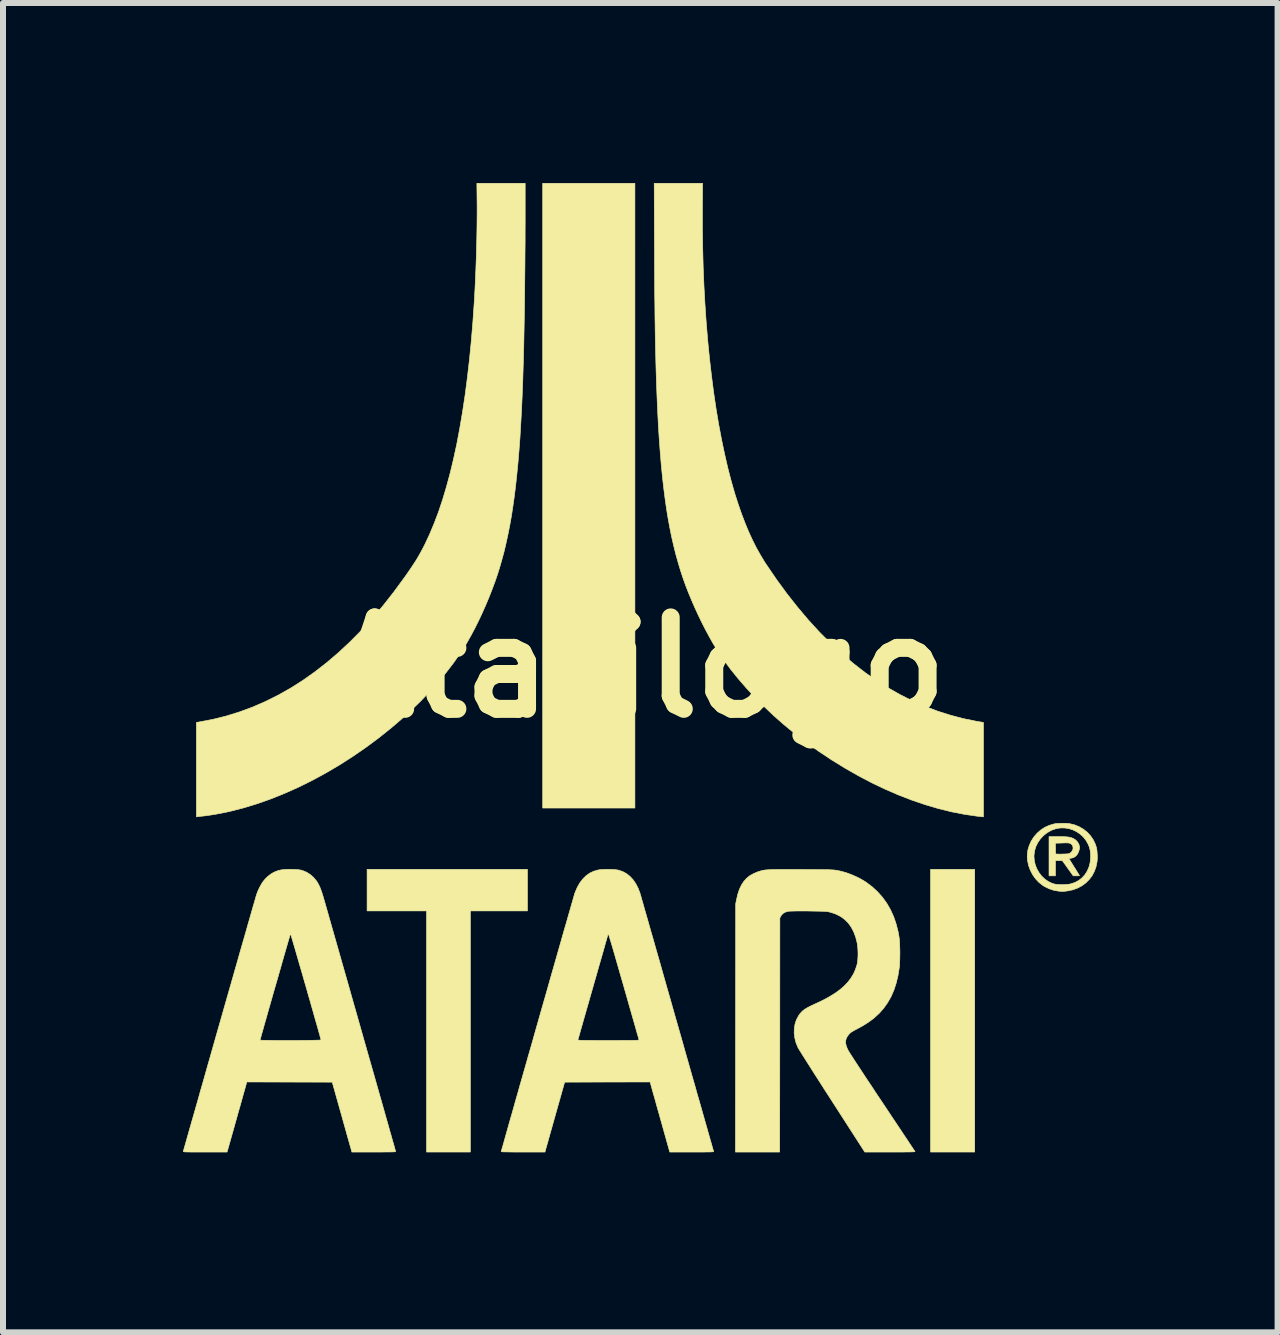
<source format=kicad_pcb>
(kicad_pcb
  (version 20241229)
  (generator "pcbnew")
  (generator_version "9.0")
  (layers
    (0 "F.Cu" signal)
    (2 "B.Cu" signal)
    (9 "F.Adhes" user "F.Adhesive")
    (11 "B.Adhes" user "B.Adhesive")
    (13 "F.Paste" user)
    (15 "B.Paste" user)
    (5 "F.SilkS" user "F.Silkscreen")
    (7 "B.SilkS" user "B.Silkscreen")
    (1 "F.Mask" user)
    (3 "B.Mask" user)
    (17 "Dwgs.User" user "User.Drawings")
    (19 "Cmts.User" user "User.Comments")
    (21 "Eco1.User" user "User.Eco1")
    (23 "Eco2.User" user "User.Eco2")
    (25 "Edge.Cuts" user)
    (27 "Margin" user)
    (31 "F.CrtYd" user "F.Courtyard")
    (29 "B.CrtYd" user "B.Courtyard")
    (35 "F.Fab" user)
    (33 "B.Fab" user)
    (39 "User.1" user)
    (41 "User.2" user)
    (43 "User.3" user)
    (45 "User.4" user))
  (footprint "Atarilogo"
    (layer "F.Cu")
    (at 7.622 8.076)
    (property "Reference" "Atarilogo" (at 0 0 0) (layer "F.SilkS") (effects (font (size 1.524 1.524) (thickness 0.3))))
    (attr through_hole)
    (fp_poly (pts (xy -0.089 2.343) (xy -1.626 2.343) (xy -1.626 -8.071) (xy -0.089 -8.071) (xy -0.089 2.343)) (stroke (width 0.01) (type solid)) (fill yes) (layer "F.SilkS"))
    (fp_poly (pts (xy 5.575 8.077) (xy 4.839 8.077) (xy 4.839 3.365) (xy 5.575 3.365) (xy 5.575 8.077)) (stroke (width 0.01) (type solid)) (fill yes) (layer "F.SilkS"))
    (fp_poly (pts (xy -1.88 4.058) (xy -2.832 4.058) (xy -2.832 8.077) (xy -3.562 8.077) (xy -3.562 4.058) (xy -4.553 4.058) (xy -4.553 3.365) (xy -1.88 3.365) (xy -1.88 4.058)) (stroke (width 0.01) (type solid)) (fill yes) (layer "F.SilkS"))
    (fp_poly (pts (xy 6.964 2.819) (xy 7.023 2.82) (xy 7.071 2.821) (xy 7.109 2.823) (xy 7.141 2.827) (xy 7.167 2.832) (xy 7.191 2.839) (xy 7.212 2.848) (xy 7.225 2.854) (xy 7.261 2.878) (xy 7.29 2.91) (xy 7.311 2.946) (xy 7.322 2.985) (xy 7.323 3.004) (xy 7.318 3.037) (xy 7.306 3.074) (xy 7.289 3.109) (xy 7.273 3.131) (xy 7.245 3.156) (xy 7.212 3.172) (xy 7.177 3.18) (xy 7.145 3.185) (xy 7.233 3.326) (xy 7.257 3.364) (xy 7.278 3.398) (xy 7.296 3.427) (xy 7.31 3.45) (xy 7.319 3.465) (xy 7.322 3.47) (xy 7.316 3.472) (xy 7.3 3.473) (xy 7.278 3.473) (xy 7.269 3.473) (xy 7.217 3.473) (xy 7.035 3.219) (xy 6.921 3.219) (xy 6.921 3.473) (xy 6.814 3.473) (xy 6.814 2.929) (xy 6.921 2.929) (xy 6.921 3.016) (xy 6.922 3.048) (xy 6.923 3.076) (xy 6.924 3.096) (xy 6.926 3.107) (xy 6.926 3.108) (xy 6.934 3.109) (xy 6.952 3.11) (xy 6.978 3.111) (xy 7.011 3.111) (xy 7.036 3.11) (xy 7.076 3.109) (xy 7.105 3.108) (xy 7.127 3.106) (xy 7.142 3.104) (xy 7.153 3.1) (xy 7.162 3.096) (xy 7.188 3.074) (xy 7.206 3.049) (xy 7.214 3.02) (xy 7.213 2.992) (xy 7.204 2.966) (xy 7.185 2.944) (xy 7.168 2.934) (xy 7.157 2.929) (xy 7.145 2.926) (xy 7.13 2.925) (xy 7.11 2.924) (xy 7.083 2.924) (xy 7.046 2.925) (xy 7.031 2.926) (xy 6.921 2.929) (xy 6.814 2.929) (xy 6.814 2.819) (xy 6.964 2.819)) (stroke (width 0.01) (type solid)) (fill yes) (layer "F.SilkS"))
    (fp_poly (pts (xy 7.099 2.598) (xy 7.136 2.601) (xy 7.16 2.604) (xy 7.243 2.624) (xy 7.319 2.656) (xy 7.389 2.697) (xy 7.452 2.747) (xy 7.506 2.806) (xy 7.551 2.872) (xy 7.586 2.945) (xy 7.604 3) (xy 7.611 3.034) (xy 7.615 3.077) (xy 7.618 3.124) (xy 7.619 3.172) (xy 7.617 3.218) (xy 7.614 3.242) (xy 7.597 3.324) (xy 7.569 3.401) (xy 7.531 3.472) (xy 7.483 3.535) (xy 7.427 3.591) (xy 7.362 3.639) (xy 7.29 3.677) (xy 7.211 3.706) (xy 7.126 3.724) (xy 7.102 3.727) (xy 7.069 3.731) (xy 7.044 3.732) (xy 7.02 3.732) (xy 6.995 3.73) (xy 6.965 3.727) (xy 6.89 3.713) (xy 6.815 3.688) (xy 6.744 3.654) (xy 6.707 3.631) (xy 6.644 3.581) (xy 6.588 3.521) (xy 6.54 3.453) (xy 6.502 3.379) (xy 6.473 3.301) (xy 6.456 3.219) (xy 6.453 3.195) (xy 6.452 3.15) (xy 6.563 3.15) (xy 6.569 3.223) (xy 6.586 3.294) (xy 6.613 3.361) (xy 6.649 3.423) (xy 6.693 3.479) (xy 6.745 3.528) (xy 6.802 3.568) (xy 6.865 3.598) (xy 6.902 3.609) (xy 6.932 3.615) (xy 6.97 3.618) (xy 7.014 3.62) (xy 7.06 3.619) (xy 7.104 3.617) (xy 7.144 3.613) (xy 7.176 3.607) (xy 7.177 3.607) (xy 7.248 3.583) (xy 7.311 3.549) (xy 7.366 3.505) (xy 7.413 3.453) (xy 7.451 3.393) (xy 7.48 3.326) (xy 7.499 3.252) (xy 7.507 3.173) (xy 7.507 3.15) (xy 7.505 3.091) (xy 7.498 3.039) (xy 7.485 2.991) (xy 7.465 2.944) (xy 7.429 2.88) (xy 7.384 2.824) (xy 7.331 2.776) (xy 7.272 2.736) (xy 7.209 2.706) (xy 7.142 2.685) (xy 7.073 2.675) (xy 7.003 2.675) (xy 6.933 2.686) (xy 6.866 2.709) (xy 6.851 2.715) (xy 6.783 2.754) (xy 6.722 2.802) (xy 6.67 2.857) (xy 6.628 2.918) (xy 6.595 2.984) (xy 6.574 3.054) (xy 6.564 3.127) (xy 6.563 3.15) (xy 6.452 3.15) (xy 6.452 3.117) (xy 6.462 3.04) (xy 6.485 2.965) (xy 6.518 2.892) (xy 6.562 2.824) (xy 6.616 2.762) (xy 6.616 2.762) (xy 6.679 2.707) (xy 6.745 2.664) (xy 6.818 2.631) (xy 6.898 2.608) (xy 6.904 2.606) (xy 6.933 2.602) (xy 6.97 2.599) (xy 7.012 2.598) (xy 7.057 2.597) (xy 7.099 2.598)) (stroke (width 0.01) (type solid)) (fill yes) (layer "F.SilkS"))
    (fp_poly (pts (xy 1.036 -7.647) (xy 1.036 -7.321) (xy 1.041 -6.998) (xy 1.049 -6.679) (xy 1.062 -6.363) (xy 1.079 -6.053) (xy 1.1 -5.747) (xy 1.125 -5.448) (xy 1.154 -5.154) (xy 1.187 -4.868) (xy 1.223 -4.589) (xy 1.263 -4.318) (xy 1.307 -4.055) (xy 1.355 -3.801) (xy 1.406 -3.558) (xy 1.46 -3.324) (xy 1.518 -3.101) (xy 1.579 -2.889) (xy 1.632 -2.724) (xy 1.689 -2.56) (xy 1.747 -2.408) (xy 1.806 -2.265) (xy 1.868 -2.13) (xy 1.932 -2.002) (xy 2.001 -1.879) (xy 2.073 -1.759) (xy 2.107 -1.708) (xy 2.275 -1.462) (xy 2.447 -1.227) (xy 2.623 -1.004) (xy 2.802 -0.792) (xy 2.985 -0.592) (xy 3.172 -0.405) (xy 3.362 -0.229) (xy 3.555 -0.065) (xy 3.751 0.087) (xy 3.931 0.213) (xy 4.127 0.337) (xy 4.328 0.451) (xy 4.533 0.554) (xy 4.743 0.646) (xy 4.954 0.727) (xy 5.169 0.795) (xy 5.384 0.852) (xy 5.6 0.896) (xy 5.672 0.908) (xy 5.721 0.916) (xy 5.721 2.489) (xy 5.707 2.489) (xy 5.695 2.488) (xy 5.674 2.485) (xy 5.646 2.482) (xy 5.617 2.479) (xy 5.404 2.448) (xy 5.189 2.406) (xy 4.97 2.352) (xy 4.749 2.287) (xy 4.527 2.211) (xy 4.304 2.125) (xy 4.08 2.028) (xy 3.856 1.921) (xy 3.634 1.804) (xy 3.413 1.678) (xy 3.194 1.543) (xy 2.977 1.399) (xy 2.764 1.246) (xy 2.565 1.093) (xy 2.394 0.952) (xy 2.228 0.806) (xy 2.069 0.655) (xy 1.916 0.502) (xy 1.771 0.346) (xy 1.635 0.189) (xy 1.508 0.032) (xy 1.392 -0.125) (xy 1.288 -0.28) (xy 1.268 -0.312) (xy 1.21 -0.407) (xy 1.151 -0.512) (xy 1.09 -0.625) (xy 1.029 -0.744) (xy 0.97 -0.867) (xy 0.912 -0.992) (xy 0.858 -1.116) (xy 0.81 -1.231) (xy 0.761 -1.356) (xy 0.715 -1.484) (xy 0.672 -1.614) (xy 0.632 -1.748) (xy 0.593 -1.886) (xy 0.558 -2.028) (xy 0.524 -2.174) (xy 0.493 -2.327) (xy 0.464 -2.485) (xy 0.437 -2.65) (xy 0.413 -2.821) (xy 0.39 -3) (xy 0.369 -3.187) (xy 0.35 -3.383) (xy 0.333 -3.587) (xy 0.317 -3.801) (xy 0.303 -4.025) (xy 0.291 -4.259) (xy 0.28 -4.505) (xy 0.27 -4.761) (xy 0.262 -5.03) (xy 0.26 -5.102) (xy 0.258 -5.203) (xy 0.255 -5.304) (xy 0.253 -5.404) (xy 0.251 -5.504) (xy 0.249 -5.607) (xy 0.248 -5.712) (xy 0.246 -5.821) (xy 0.245 -5.934) (xy 0.244 -6.053) (xy 0.242 -6.178) (xy 0.241 -6.31) (xy 0.24 -6.451) (xy 0.239 -6.601) (xy 0.238 -6.761) (xy 0.238 -6.932) (xy 0.237 -7.063) (xy 0.233 -8.071) (xy 1.039 -8.071) (xy 1.036 -7.647)) (stroke (width 0.01) (type solid)) (fill yes) (layer "F.SilkS"))
    (fp_poly (pts (xy -1.918 -7.603) (xy -1.918 -7.435) (xy -1.919 -7.261) (xy -1.919 -7.083) (xy -1.921 -6.902) (xy -1.922 -6.718) (xy -1.924 -6.534) (xy -1.926 -6.351) (xy -1.928 -6.17) (xy -1.93 -5.992) (xy -1.933 -5.818) (xy -1.936 -5.651) (xy -1.939 -5.491) (xy -1.942 -5.339) (xy -1.946 -5.198) (xy -1.949 -5.068) (xy -1.95 -5.051) (xy -1.958 -4.783) (xy -1.968 -4.527) (xy -1.979 -4.282) (xy -1.992 -4.049) (xy -2.005 -3.826) (xy -2.021 -3.613) (xy -2.038 -3.41) (xy -2.057 -3.216) (xy -2.077 -3.03) (xy -2.099 -2.852) (xy -2.123 -2.682) (xy -2.148 -2.519) (xy -2.176 -2.362) (xy -2.206 -2.212) (xy -2.238 -2.066) (xy -2.271 -1.926) (xy -2.308 -1.79) (xy -2.346 -1.658) (xy -2.376 -1.562) (xy -2.418 -1.439) (xy -2.466 -1.31) (xy -2.518 -1.177) (xy -2.574 -1.043) (xy -2.633 -0.91) (xy -2.694 -0.78) (xy -2.756 -0.655) (xy -2.818 -0.538) (xy -2.879 -0.43) (xy -2.902 -0.39) (xy -3.002 -0.233) (xy -3.114 -0.074) (xy -3.236 0.085) (xy -3.369 0.244) (xy -3.51 0.402) (xy -3.659 0.559) (xy -3.816 0.712) (xy -3.98 0.861) (xy -4.148 1.005) (xy -4.357 1.172) (xy -4.571 1.331) (xy -4.789 1.481) (xy -5.01 1.623) (xy -5.234 1.755) (xy -5.46 1.878) (xy -5.687 1.991) (xy -5.915 2.093) (xy -6.142 2.185) (xy -6.369 2.266) (xy -6.593 2.335) (xy -6.816 2.393) (xy -6.858 2.403) (xy -6.93 2.418) (xy -7.006 2.433) (xy -7.082 2.447) (xy -7.156 2.459) (xy -7.224 2.469) (xy -7.28 2.476) (xy -7.311 2.479) (xy -7.34 2.483) (xy -7.363 2.485) (xy -7.371 2.486) (xy -7.398 2.49) (xy -7.398 0.916) (xy -7.352 0.908) (xy -7.125 0.865) (xy -6.901 0.809) (xy -6.681 0.741) (xy -6.464 0.661) (xy -6.25 0.568) (xy -6.039 0.463) (xy -5.831 0.346) (xy -5.627 0.217) (xy -5.426 0.075) (xy -5.228 -0.079) (xy -5.033 -0.245) (xy -4.841 -0.424) (xy -4.652 -0.615) (xy -4.467 -0.818) (xy -4.285 -1.033) (xy -4.106 -1.261) (xy -3.93 -1.501) (xy -3.911 -1.527) (xy -3.859 -1.602) (xy -3.814 -1.668) (xy -3.774 -1.729) (xy -3.738 -1.784) (xy -3.706 -1.838) (xy -3.675 -1.891) (xy -3.645 -1.946) (xy -3.615 -2.003) (xy -3.588 -2.056) (xy -3.51 -2.223) (xy -3.435 -2.402) (xy -3.363 -2.592) (xy -3.295 -2.795) (xy -3.231 -3.009) (xy -3.17 -3.234) (xy -3.113 -3.471) (xy -3.059 -3.719) (xy -3.01 -3.978) (xy -2.964 -4.248) (xy -2.921 -4.529) (xy -2.883 -4.82) (xy -2.848 -5.121) (xy -2.817 -5.433) (xy -2.79 -5.755) (xy -2.767 -6.087) (xy -2.762 -6.169) (xy -2.754 -6.319) (xy -2.747 -6.475) (xy -2.74 -6.635) (xy -2.734 -6.798) (xy -2.729 -6.961) (xy -2.725 -7.122) (xy -2.722 -7.28) (xy -2.72 -7.433) (xy -2.719 -7.577) (xy -2.719 -7.713) (xy -2.72 -7.796) (xy -2.723 -8.071) (xy -1.918 -8.071) (xy -1.918 -7.603)) (stroke (width 0.01) (type solid)) (fill yes) (layer "F.SilkS"))
    (fp_poly (pts (xy 2.478 3.367) (xy 2.565 3.367) (xy 2.663 3.367) (xy 2.693 3.367) (xy 2.788 3.368) (xy 2.871 3.368) (xy 2.943 3.369) (xy 3.006 3.369) (xy 3.06 3.37) (xy 3.105 3.37) (xy 3.144 3.371) (xy 3.178 3.373) (xy 3.206 3.374) (xy 3.23 3.376) (xy 3.251 3.378) (xy 3.27 3.381) (xy 3.288 3.384) (xy 3.306 3.387) (xy 3.325 3.392) (xy 3.345 3.396) (xy 3.36 3.4) (xy 3.437 3.422) (xy 3.519 3.452) (xy 3.601 3.488) (xy 3.68 3.528) (xy 3.752 3.571) (xy 3.764 3.579) (xy 3.865 3.655) (xy 3.956 3.739) (xy 4.038 3.831) (xy 4.11 3.931) (xy 4.172 4.039) (xy 4.225 4.156) (xy 4.267 4.28) (xy 4.3 4.411) (xy 4.316 4.505) (xy 4.32 4.541) (xy 4.323 4.586) (xy 4.325 4.64) (xy 4.327 4.698) (xy 4.328 4.758) (xy 4.327 4.818) (xy 4.326 4.876) (xy 4.324 4.928) (xy 4.322 4.973) (xy 4.319 4.997) (xy 4.297 5.133) (xy 4.267 5.259) (xy 4.229 5.376) (xy 4.182 5.485) (xy 4.125 5.585) (xy 4.06 5.677) (xy 3.986 5.762) (xy 3.902 5.839) (xy 3.868 5.866) (xy 3.816 5.904) (xy 3.762 5.94) (xy 3.701 5.977) (xy 3.632 6.015) (xy 3.602 6.031) (xy 3.564 6.051) (xy 3.535 6.068) (xy 3.513 6.082) (xy 3.496 6.097) (xy 3.481 6.112) (xy 3.452 6.149) (xy 3.433 6.186) (xy 3.424 6.224) (xy 3.424 6.265) (xy 3.435 6.311) (xy 3.456 6.363) (xy 3.46 6.372) (xy 3.467 6.384) (xy 3.48 6.406) (xy 3.5 6.438) (xy 3.526 6.478) (xy 3.558 6.528) (xy 3.595 6.585) (xy 3.638 6.651) (xy 3.686 6.723) (xy 3.738 6.803) (xy 3.795 6.889) (xy 3.856 6.98) (xy 3.92 7.078) (xy 3.988 7.18) (xy 4.03 7.242) (xy 4.091 7.334) (xy 4.151 7.424) (xy 4.208 7.51) (xy 4.263 7.592) (xy 4.315 7.67) (xy 4.363 7.742) (xy 4.407 7.809) (xy 4.448 7.869) (xy 4.483 7.923) (xy 4.514 7.969) (xy 4.539 8.007) (xy 4.559 8.037) (xy 4.573 8.057) (xy 4.58 8.068) (xy 4.581 8.069) (xy 4.579 8.071) (xy 4.573 8.072) (xy 4.56 8.073) (xy 4.541 8.074) (xy 4.514 8.075) (xy 4.479 8.076) (xy 4.435 8.076) (xy 4.381 8.077) (xy 4.316 8.077) (xy 4.24 8.077) (xy 4.164 8.077) (xy 3.743 8.077) (xy 3.197 7.229) (xy 3.136 7.134) (xy 3.076 7.042) (xy 3.019 6.952) (xy 2.964 6.866) (xy 2.911 6.784) (xy 2.862 6.707) (xy 2.817 6.635) (xy 2.775 6.57) (xy 2.738 6.511) (xy 2.705 6.459) (xy 2.678 6.415) (xy 2.656 6.38) (xy 2.64 6.354) (xy 2.63 6.337) (xy 2.628 6.332) (xy 2.596 6.254) (xy 2.576 6.174) (xy 2.566 6.095) (xy 2.568 6.018) (xy 2.58 5.944) (xy 2.603 5.873) (xy 2.637 5.809) (xy 2.65 5.789) (xy 2.671 5.762) (xy 2.693 5.738) (xy 2.718 5.715) (xy 2.748 5.694) (xy 2.783 5.673) (xy 2.826 5.65) (xy 2.878 5.625) (xy 2.924 5.604) (xy 3.042 5.548) (xy 3.148 5.491) (xy 3.243 5.433) (xy 3.326 5.373) (xy 3.398 5.311) (xy 3.46 5.246) (xy 3.512 5.178) (xy 3.555 5.107) (xy 3.588 5.032) (xy 3.614 4.952) (xy 3.615 4.947) (xy 3.623 4.907) (xy 3.627 4.858) (xy 3.63 4.803) (xy 3.63 4.745) (xy 3.627 4.687) (xy 3.622 4.633) (xy 3.615 4.588) (xy 3.59 4.491) (xy 3.557 4.404) (xy 3.516 4.327) (xy 3.467 4.259) (xy 3.41 4.202) (xy 3.344 4.153) (xy 3.27 4.115) (xy 3.226 4.098) (xy 3.195 4.088) (xy 3.163 4.079) (xy 3.136 4.072) (xy 3.127 4.07) (xy 3.11 4.068) (xy 3.082 4.066) (xy 3.045 4.064) (xy 3 4.063) (xy 2.948 4.062) (xy 2.893 4.061) (xy 2.835 4.06) (xy 2.776 4.059) (xy 2.717 4.059) (xy 2.661 4.059) (xy 2.609 4.059) (xy 2.562 4.06) (xy 2.523 4.061) (xy 2.493 4.062) (xy 2.474 4.063) (xy 2.471 4.064) (xy 2.424 4.076) (xy 2.386 4.096) (xy 2.358 4.123) (xy 2.346 4.141) (xy 2.327 4.175) (xy 2.326 6.126) (xy 2.324 8.077) (xy 1.587 8.077) (xy 1.589 6.009) (xy 1.591 3.94) (xy 1.605 3.87) (xy 1.626 3.779) (xy 1.653 3.698) (xy 1.686 3.628) (xy 1.726 3.567) (xy 1.772 3.515) (xy 1.826 3.471) (xy 1.889 3.436) (xy 1.959 3.406) (xy 1.966 3.404) (xy 1.986 3.398) (xy 2.005 3.392) (xy 2.024 3.387) (xy 2.044 3.382) (xy 2.065 3.378) (xy 2.089 3.375) (xy 2.116 3.373) (xy 2.148 3.371) (xy 2.184 3.369) (xy 2.227 3.368) (xy 2.277 3.367) (xy 2.335 3.367) (xy 2.401 3.366) (xy 2.478 3.367)) (stroke (width 0.01) (type solid)) (fill yes) (layer "F.SilkS"))
    (fp_poly (pts (xy -5.816 3.365) (xy -5.769 3.366) (xy -5.727 3.368) (xy -5.695 3.371) (xy -5.669 3.375) (xy -5.646 3.38) (xy -5.622 3.387) (xy -5.559 3.414) (xy -5.5 3.452) (xy -5.446 3.499) (xy -5.4 3.554) (xy -5.387 3.572) (xy -5.372 3.598) (xy -5.358 3.624) (xy -5.344 3.652) (xy -5.331 3.684) (xy -5.317 3.722) (xy -5.302 3.766) (xy -5.286 3.818) (xy -5.268 3.88) (xy -5.252 3.935) (xy -5.167 4.234) (xy -5.085 4.522) (xy -5.006 4.799) (xy -4.93 5.066) (xy -4.857 5.321) (xy -4.788 5.566) (xy -4.721 5.8) (xy -4.658 6.022) (xy -4.598 6.234) (xy -4.541 6.434) (xy -4.487 6.623) (xy -4.436 6.801) (xy -4.389 6.967) (xy -4.345 7.122) (xy -4.304 7.265) (xy -4.267 7.397) (xy -4.233 7.517) (xy -4.202 7.626) (xy -4.175 7.723) (xy -4.15 7.808) (xy -4.13 7.882) (xy -4.112 7.943) (xy -4.098 7.992) (xy -4.088 8.03) (xy -4.081 8.055) (xy -4.077 8.069) (xy -4.077 8.071) (xy -4.083 8.072) (xy -4.102 8.074) (xy -4.134 8.075) (xy -4.178 8.076) (xy -4.235 8.076) (xy -4.305 8.077) (xy -4.388 8.077) (xy -4.442 8.077) (xy -4.807 8.077) (xy -4.81 8.063) (xy -4.813 8.055) (xy -4.818 8.035) (xy -4.826 8.006) (xy -4.838 7.966) (xy -4.851 7.918) (xy -4.867 7.862) (xy -4.885 7.799) (xy -4.904 7.73) (xy -4.925 7.655) (xy -4.947 7.577) (xy -4.97 7.495) (xy -4.974 7.48) (xy -5.134 6.912) (xy -6.558 6.909) (xy -6.602 7.066) (xy -6.612 7.1) (xy -6.624 7.144) (xy -6.639 7.198) (xy -6.656 7.259) (xy -6.675 7.326) (xy -6.696 7.398) (xy -6.717 7.474) (xy -6.738 7.55) (xy -6.76 7.627) (xy -6.766 7.65) (xy -6.887 8.077) (xy -7.254 8.077) (xy -7.331 8.077) (xy -7.397 8.077) (xy -7.452 8.077) (xy -7.497 8.077) (xy -7.533 8.076) (xy -7.561 8.076) (xy -7.582 8.075) (xy -7.598 8.074) (xy -7.608 8.073) (xy -7.614 8.071) (xy -7.617 8.07) (xy -7.617 8.067) (xy -7.617 8.065) (xy -7.617 8.064) (xy -7.615 8.057) (xy -7.609 8.039) (xy -7.601 8.009) (xy -7.589 7.968) (xy -7.574 7.916) (xy -7.557 7.855) (xy -7.537 7.784) (xy -7.514 7.704) (xy -7.489 7.615) (xy -7.461 7.518) (xy -7.431 7.413) (xy -7.399 7.301) (xy -7.365 7.182) (xy -7.33 7.056) (xy -7.292 6.925) (xy -7.253 6.788) (xy -7.213 6.645) (xy -7.171 6.499) (xy -7.128 6.347) (xy -7.089 6.21) (xy -6.337 6.21) (xy -6.331 6.212) (xy -6.313 6.213) (xy -6.285 6.214) (xy -6.248 6.215) (xy -6.203 6.215) (xy -6.15 6.216) (xy -6.092 6.217) (xy -6.03 6.217) (xy -5.964 6.217) (xy -5.896 6.217) (xy -5.826 6.217) (xy -5.757 6.217) (xy -5.689 6.217) (xy -5.623 6.216) (xy -5.561 6.216) (xy -5.503 6.215) (xy -5.451 6.214) (xy -5.407 6.213) (xy -5.37 6.212) (xy -5.343 6.211) (xy -5.326 6.21) (xy -5.321 6.209) (xy -5.323 6.201) (xy -5.328 6.182) (xy -5.336 6.153) (xy -5.346 6.114) (xy -5.36 6.066) (xy -5.375 6.011) (xy -5.393 5.948) (xy -5.413 5.879) (xy -5.434 5.805) (xy -5.456 5.726) (xy -5.48 5.643) (xy -5.504 5.557) (xy -5.53 5.469) (xy -5.555 5.379) (xy -5.581 5.289) (xy -5.607 5.2) (xy -5.632 5.111) (xy -5.657 5.025) (xy -5.682 4.941) (xy -5.705 4.861) (xy -5.727 4.785) (xy -5.747 4.715) (xy -5.766 4.65) (xy -5.783 4.593) (xy -5.797 4.543) (xy -5.81 4.502) (xy -5.819 4.47) (xy -5.826 4.449) (xy -5.829 4.438) (xy -5.83 4.437) (xy -5.832 4.444) (xy -5.837 4.461) (xy -5.846 4.49) (xy -5.857 4.528) (xy -5.871 4.575) (xy -5.887 4.63) (xy -5.905 4.692) (xy -5.925 4.761) (xy -5.946 4.835) (xy -5.969 4.914) (xy -5.992 4.997) (xy -6.017 5.083) (xy -6.042 5.172) (xy -6.068 5.261) (xy -6.094 5.351) (xy -6.12 5.441) (xy -6.145 5.53) (xy -6.17 5.617) (xy -6.194 5.701) (xy -6.217 5.782) (xy -6.238 5.858) (xy -6.259 5.929) (xy -6.277 5.994) (xy -6.293 6.052) (xy -6.308 6.102) (xy -6.319 6.144) (xy -6.328 6.176) (xy -6.334 6.198) (xy -6.337 6.209) (xy -6.337 6.21) (xy -7.089 6.21) (xy -7.084 6.192) (xy -7.039 6.034) (xy -7.011 5.936) (xy -6.965 5.775) (xy -6.92 5.617) (xy -6.876 5.463) (xy -6.833 5.313) (xy -6.791 5.166) (xy -6.751 5.025) (xy -6.712 4.889) (xy -6.675 4.758) (xy -6.639 4.633) (xy -6.605 4.515) (xy -6.573 4.404) (xy -6.544 4.3) (xy -6.516 4.204) (xy -6.491 4.117) (xy -6.469 4.038) (xy -6.449 3.969) (xy -6.431 3.909) (xy -6.417 3.859) (xy -6.406 3.82) (xy -6.397 3.792) (xy -6.392 3.776) (xy -6.391 3.772) (xy -6.373 3.726) (xy -6.351 3.678) (xy -6.326 3.631) (xy -6.302 3.59) (xy -6.289 3.571) (xy -6.252 3.526) (xy -6.208 3.483) (xy -6.161 3.446) (xy -6.115 3.418) (xy -6.114 3.417) (xy -6.073 3.399) (xy -6.031 3.384) (xy -5.986 3.374) (xy -5.937 3.368) (xy -5.881 3.365) (xy -5.816 3.365)) (stroke (width 0.01) (type solid)) (fill yes) (layer "F.SilkS"))
    (fp_poly (pts (xy -0.473 3.366) (xy -0.425 3.369) (xy -0.385 3.374) (xy -0.363 3.378) (xy -0.294 3.401) (xy -0.23 3.436) (xy -0.172 3.481) (xy -0.12 3.537) (xy -0.075 3.603) (xy -0.035 3.68) (xy -0.004 3.762) (xy -0.001 3.772) (xy 0.005 3.794) (xy 0.015 3.827) (xy 0.027 3.871) (xy 0.043 3.925) (xy 0.061 3.989) (xy 0.082 4.063) (xy 0.106 4.146) (xy 0.132 4.237) (xy 0.16 4.337) (xy 0.191 4.444) (xy 0.224 4.558) (xy 0.258 4.679) (xy 0.295 4.807) (xy 0.333 4.94) (xy 0.372 5.079) (xy 0.413 5.223) (xy 0.455 5.371) (xy 0.499 5.524) (xy 0.543 5.68) (xy 0.588 5.839) (xy 0.616 5.936) (xy 0.662 6.097) (xy 0.707 6.254) (xy 0.75 6.408) (xy 0.793 6.557) (xy 0.834 6.703) (xy 0.874 6.843) (xy 0.913 6.978) (xy 0.949 7.108) (xy 0.985 7.231) (xy 1.018 7.347) (xy 1.049 7.457) (xy 1.078 7.559) (xy 1.105 7.653) (xy 1.129 7.738) (xy 1.151 7.815) (xy 1.17 7.883) (xy 1.187 7.94) (xy 1.2 7.988) (xy 1.211 8.025) (xy 1.218 8.051) (xy 1.223 8.065) (xy 1.223 8.068) (xy 1.223 8.07) (xy 1.218 8.072) (xy 1.209 8.073) (xy 1.195 8.074) (xy 1.174 8.075) (xy 1.147 8.076) (xy 1.111 8.076) (xy 1.066 8.077) (xy 1.011 8.077) (xy 0.945 8.077) (xy 0.867 8.077) (xy 0.86 8.077) (xy 0.492 8.077) (xy 0.335 7.517) (xy 0.312 7.435) (xy 0.289 7.355) (xy 0.268 7.28) (xy 0.249 7.21) (xy 0.231 7.146) (xy 0.214 7.088) (xy 0.2 7.038) (xy 0.189 6.997) (xy 0.18 6.965) (xy 0.174 6.943) (xy 0.171 6.933) (xy 0.171 6.933) (xy 0.164 6.909) (xy -0.548 6.91) (xy -1.26 6.912) (xy -1.417 7.468) (xy -1.44 7.55) (xy -1.462 7.628) (xy -1.483 7.703) (xy -1.503 7.773) (xy -1.521 7.838) (xy -1.537 7.895) (xy -1.551 7.945) (xy -1.563 7.987) (xy -1.572 8.018) (xy -1.578 8.04) (xy -1.581 8.05) (xy -1.581 8.05) (xy -1.588 8.077) (xy -1.953 8.077) (xy -2.039 8.077) (xy -2.114 8.077) (xy -2.177 8.076) (xy -2.229 8.075) (xy -2.27 8.075) (xy -2.298 8.073) (xy -2.314 8.072) (xy -2.318 8.071) (xy -2.316 8.064) (xy -2.311 8.046) (xy -2.303 8.016) (xy -2.291 7.976) (xy -2.277 7.926) (xy -2.26 7.866) (xy -2.241 7.797) (xy -2.219 7.72) (xy -2.195 7.634) (xy -2.169 7.542) (xy -2.14 7.442) (xy -2.11 7.336) (xy -2.079 7.224) (xy -2.045 7.107) (xy -2.011 6.985) (xy -1.975 6.859) (xy -1.938 6.73) (xy -1.9 6.597) (xy -1.862 6.461) (xy -1.822 6.324) (xy -1.789 6.208) (xy -1.039 6.208) (xy -1.037 6.209) (xy -1.033 6.211) (xy -1.026 6.212) (xy -1.015 6.213) (xy -0.999 6.214) (xy -0.977 6.215) (xy -0.948 6.215) (xy -0.913 6.216) (xy -0.869 6.216) (xy -0.816 6.216) (xy -0.754 6.217) (xy -0.681 6.217) (xy -0.597 6.217) (xy -0.53 6.217) (xy -0.437 6.217) (xy -0.356 6.217) (xy -0.287 6.216) (xy -0.227 6.216) (xy -0.177 6.216) (xy -0.136 6.216) (xy -0.102 6.215) (xy -0.076 6.215) (xy -0.056 6.214) (xy -0.041 6.213) (xy -0.031 6.212) (xy -0.025 6.21) (xy -0.021 6.209) (xy -0.02 6.207) (xy -0.021 6.206) (xy -0.023 6.198) (xy -0.028 6.179) (xy -0.036 6.15) (xy -0.048 6.11) (xy -0.062 6.061) (xy -0.078 6.003) (xy -0.097 5.937) (xy -0.118 5.863) (xy -0.141 5.783) (xy -0.166 5.697) (xy -0.192 5.605) (xy -0.219 5.509) (xy -0.248 5.409) (xy -0.276 5.309) (xy -0.313 5.181) (xy -0.347 5.064) (xy -0.377 4.959) (xy -0.404 4.865) (xy -0.428 4.782) (xy -0.449 4.708) (xy -0.468 4.645) (xy -0.484 4.591) (xy -0.498 4.546) (xy -0.509 4.509) (xy -0.518 4.48) (xy -0.525 4.46) (xy -0.53 4.446) (xy -0.533 4.44) (xy -0.534 4.439) (xy -0.537 4.447) (xy -0.542 4.466) (xy -0.551 4.496) (xy -0.562 4.537) (xy -0.577 4.586) (xy -0.593 4.645) (xy -0.612 4.711) (xy -0.633 4.785) (xy -0.656 4.865) (xy -0.681 4.951) (xy -0.707 5.043) (xy -0.734 5.139) (xy -0.763 5.238) (xy -0.787 5.324) (xy -0.817 5.427) (xy -0.845 5.526) (xy -0.872 5.621) (xy -0.898 5.711) (xy -0.922 5.796) (xy -0.945 5.875) (xy -0.965 5.947) (xy -0.984 6.012) (xy -1 6.069) (xy -1.013 6.117) (xy -1.024 6.155) (xy -1.032 6.183) (xy -1.037 6.2) (xy -1.039 6.206) (xy -1.039 6.208) (xy -1.789 6.208) (xy -1.783 6.185) (xy -1.743 6.044) (xy -1.703 5.904) (xy -1.663 5.763) (xy -1.623 5.623) (xy -1.583 5.484) (xy -1.544 5.347) (xy -1.506 5.212) (xy -1.468 5.079) (xy -1.431 4.95) (xy -1.395 4.825) (xy -1.361 4.704) (xy -1.327 4.587) (xy -1.296 4.476) (xy -1.266 4.371) (xy -1.237 4.273) (xy -1.211 4.181) (xy -1.187 4.097) (xy -1.165 4.021) (xy -1.146 3.954) (xy -1.129 3.895) (xy -1.115 3.846) (xy -1.104 3.808) (xy -1.096 3.78) (xy -1.091 3.763) (xy -1.089 3.758) (xy -1.052 3.67) (xy -1.009 3.593) (xy -0.96 3.528) (xy -0.905 3.473) (xy -0.844 3.429) (xy -0.777 3.397) (xy -0.704 3.376) (xy -0.669 3.37) (xy -0.625 3.367) (xy -0.576 3.365) (xy -0.524 3.365) (xy -0.473 3.366)) (stroke (width 0.01) (type solid)) (fill yes) (layer "F.SilkS")))
  (gr_rect
    (start -3 -3)
    (end 18.246 19.158)
    (stroke (width 0.1) (type default))
    (fill no)
    (layer "Edge.Cuts")))
</source>
